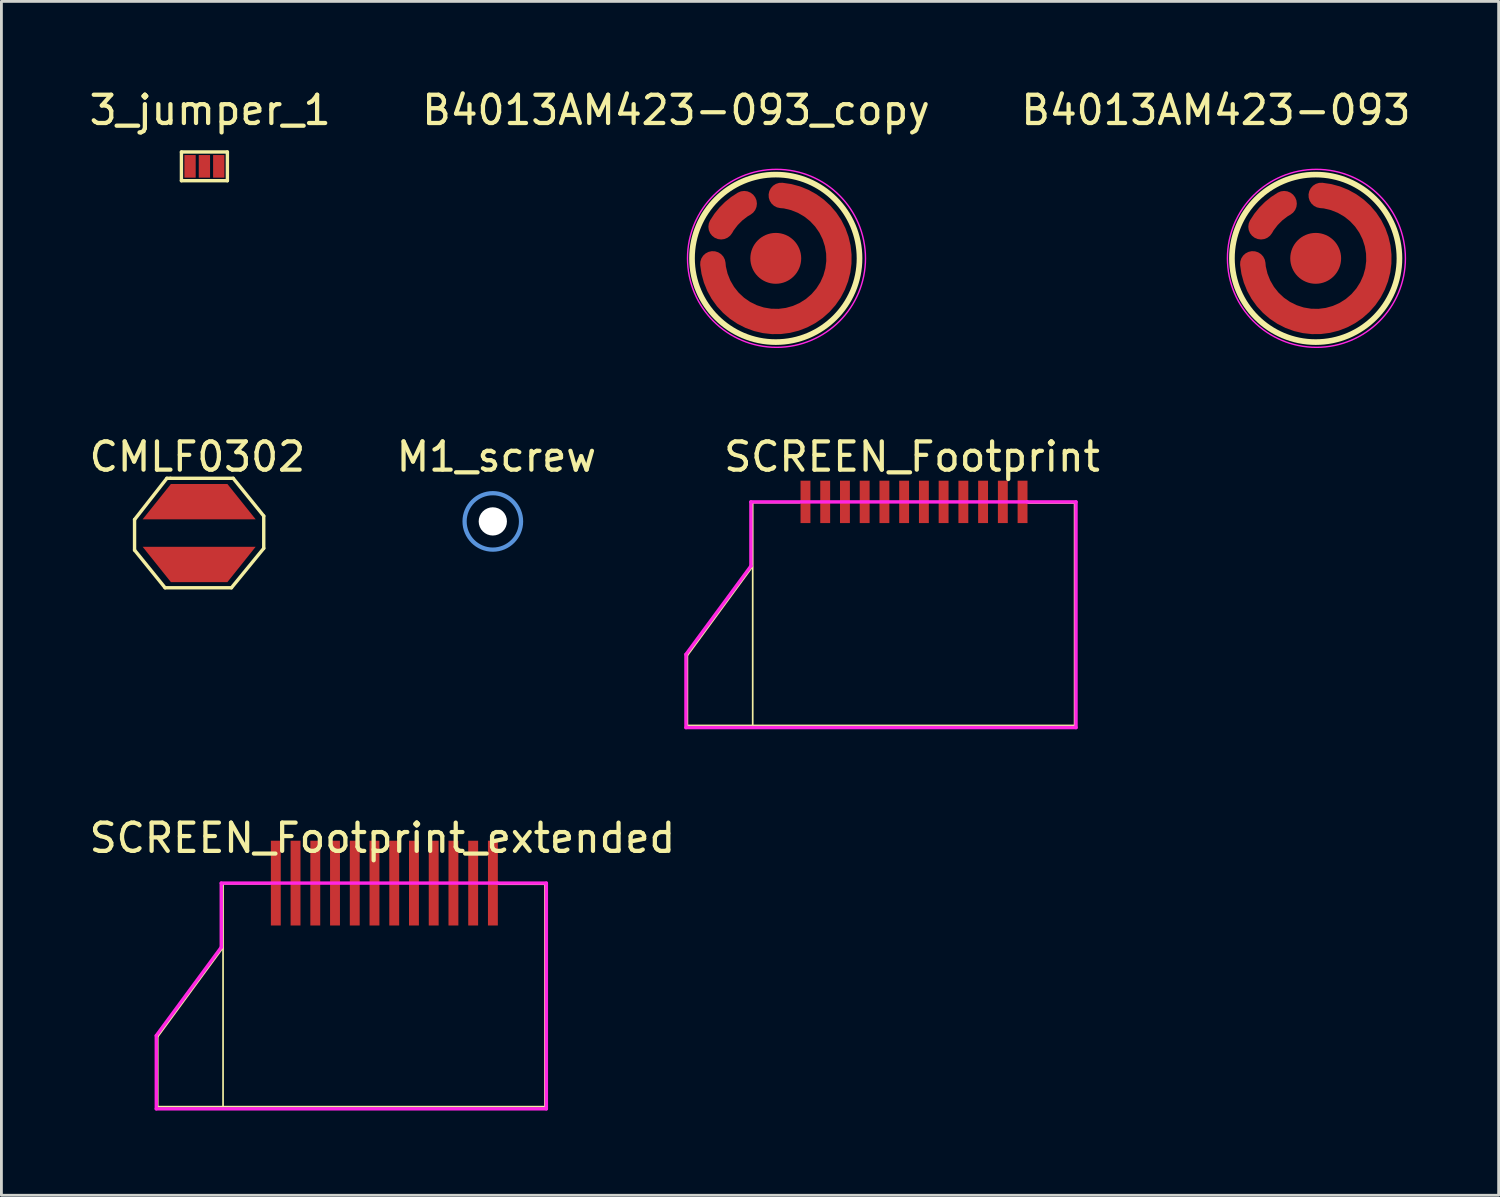
<source format=kicad_pcb>
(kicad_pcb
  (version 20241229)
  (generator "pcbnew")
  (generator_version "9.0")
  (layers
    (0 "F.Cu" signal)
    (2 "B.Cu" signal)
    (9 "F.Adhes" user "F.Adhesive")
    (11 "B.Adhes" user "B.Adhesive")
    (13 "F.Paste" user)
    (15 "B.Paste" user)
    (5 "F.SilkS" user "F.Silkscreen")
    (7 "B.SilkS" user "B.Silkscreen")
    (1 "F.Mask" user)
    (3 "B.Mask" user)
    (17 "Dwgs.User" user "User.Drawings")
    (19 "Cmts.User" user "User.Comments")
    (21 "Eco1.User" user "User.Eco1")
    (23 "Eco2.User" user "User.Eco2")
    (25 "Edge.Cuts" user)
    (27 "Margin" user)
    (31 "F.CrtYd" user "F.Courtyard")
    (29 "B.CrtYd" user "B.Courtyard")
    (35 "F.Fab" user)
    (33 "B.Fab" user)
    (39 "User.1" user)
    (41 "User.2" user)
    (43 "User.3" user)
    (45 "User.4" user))
  (footprint "SCREEN_Footprint_extended"
    (layer "F.Cu")
    (at 10.165 31.493)
    (property "Reference" "SCREEN_Footprint_extended" (at 0.318 -4.885 0) (layer "F.SilkS") (effects (font (size 1 1) (thickness 0.15))))
    (attr through_hole)
    (fp_line (start -7.633 2.146) (end -7.633 4.623) (stroke (width 0.06) (type solid)) (layer "F.SilkS"))
    (fp_line (start -5.334 -0.991) (end -7.633 2.146) (stroke (width 0.06) (type solid)) (layer "F.SilkS"))
    (fp_line (start -5.334 -0.991) (end -5.334 -3.264) (stroke (width 0.02) (type solid)) (layer "F.SilkS"))
    (fp_line (start -5.321 -3.264) (end -5.321 4.61) (stroke (width 0.06) (type solid)) (layer "F.SilkS"))
    (fp_line (start -3.658 -3.264) (end -5.321 -3.264) (stroke (width 0.06) (type solid)) (layer "F.SilkS"))
    (fp_line (start 6.071 -3.251) (end 4.432 -3.251) (stroke (width 0.06) (type solid)) (layer "F.SilkS"))
    (fp_line (start 6.071 -3.251) (end 6.071 4.623) (stroke (width 0.06) (type solid)) (layer "F.SilkS"))
    (fp_line (start 6.071 4.623) (end -7.633 4.623) (stroke (width 0.06) (type solid)) (layer "F.SilkS"))
    (fp_line (start -7.684 2.108) (end -5.385 -1.016) (stroke (width 0.12) (type solid)) (layer "F.CrtYd"))
    (fp_line (start -7.684 4.699) (end -7.684 2.108) (stroke (width 0.12) (type solid)) (layer "F.CrtYd"))
    (fp_line (start -5.385 -1.016) (end -5.385 -3.289) (stroke (width 0.12) (type solid)) (layer "F.CrtYd"))
    (fp_line (start 4.394 -3.289) (end -5.385 -3.289) (stroke (width 0.12) (type solid)) (layer "F.CrtYd"))
    (fp_line (start 4.394 -3.289) (end 6.121 -3.289) (stroke (width 0.12) (type solid)) (layer "F.CrtYd"))
    (fp_line (start 6.121 -3.289) (end 6.121 4.699) (stroke (width 0.12) (type solid)) (layer "F.CrtYd"))
    (fp_line (start 6.121 4.699) (end -7.684 4.699) (stroke (width 0.12) (type solid)) (layer "F.CrtYd"))
    (pad "1" connect rect (at -3.454 -3.289) (size 0.35 3) (layers "F.Cu" "F.Mask"))
    (pad "2" connect rect (at -2.756 -3.289) (size 0.35 3) (layers "F.Cu" "F.Mask"))
    (pad "3" connect rect (at -2.057 -3.289) (size 0.35 3) (layers "F.Cu" "F.Mask"))
    (pad "4" connect rect (at -1.359 -3.289) (size 0.35 3) (layers "F.Cu" "F.Mask"))
    (pad "5" connect rect (at -0.66 -3.289) (size 0.35 3) (layers "F.Cu" "F.Mask"))
    (pad "6" connect rect (at 0.038 -3.289) (size 0.35 3) (layers "F.Cu" "F.Mask"))
    (pad "7" connect rect (at 0.737 -3.289) (size 0.35 3) (layers "F.Cu" "F.Mask"))
    (pad "8" connect rect (at 1.435 -3.289) (size 0.35 3) (layers "F.Cu" "F.Mask"))
    (pad "9" connect rect (at 2.134 -3.289) (size 0.35 3) (layers "F.Cu" "F.Mask"))
    (pad "10" connect rect (at 2.832 -3.289) (size 0.35 3) (layers "F.Cu" "F.Mask"))
    (pad "11" connect rect (at 3.531 -3.289) (size 0.35 3) (layers "F.Cu" "F.Mask"))
    (pad "12" connect rect (at 4.229 -3.289) (size 0.35 3) (layers "F.Cu" "F.Mask")))
  (footprint "B4013AM423-093_copy"
    (layer "F.Cu")
    (at 21.408 6.093)
    (property "Reference" "B4013AM423-093_copy" (at -0.533 -5.245 0) (layer "F.SilkS") (effects (font (size 1 1) (thickness 0.15))))
    (attr through_hole)
    (fp_circle (center 2.997 0) (end 5.961 0) (stroke (width 0.2) (type solid)) (fill no) (layer "F.SilkS"))
    (fp_circle (center 3.023 0) (end 6.172 -0.025) (stroke (width 0.05) (type solid)) (fill no) (layer "F.CrtYd"))
    (pad "1" smd custom (at 3.023 2.235) (size 0.5 0.5) (layers "F.Cu" "F.Mask" "F.Paste") (options (anchor rect)) (primitives (gr_arc (start 0.169411 -4.461894) (mid 1.555124 -0.654675) (end -2.252094 -2.04039) (width 0.9))))
    (pad "2" smd circle (at 2.997 0) (size 1.8 1.8) (layers "F.Cu" "F.Mask" "F.Paste"))
    (pad "nc" smd custom (at 1.448 -1.6) (size 0.5 0.5) (layers "F.Cu" "F.Mask" "F.Paste") (options (anchor rect)) (primitives (gr_arc (start -0.386339 0.482599) (mid -0.031124 0.019674) (end 0.431801 -0.33554) (width 0.9)))))
  (footprint "CMLF0302"
    (layer "F.Cu")
    (at 3.998 16.291)
    (property "Reference" "CMLF0302" (at -0.064 -3.175 0) (layer "F.SilkS") (effects (font (size 1 1) (thickness 0.15))))
    (attr through_hole)
    (fp_line (start -2.286 -0.953) (end -2.286 0.127) (stroke (width 0.12) (type solid)) (layer "F.SilkS"))
    (fp_line (start -2.286 0.127) (end -1.206 1.46) (stroke (width 0.12) (type solid)) (layer "F.SilkS"))
    (fp_line (start -1.206 1.46) (end 1.143 1.46) (stroke (width 0.12) (type solid)) (layer "F.SilkS"))
    (fp_line (start -1.143 -2.413) (end -2.286 -0.953) (stroke (width 0.12) (type solid)) (layer "F.SilkS"))
    (fp_line (start -1.016 -2.413) (end -1.143 -2.413) (stroke (width 0.12) (type solid)) (layer "F.SilkS"))
    (fp_line (start 1.143 1.46) (end 2.286 0.064) (stroke (width 0.12) (type solid)) (layer "F.SilkS"))
    (fp_line (start 1.206 -2.413) (end -1.016 -2.413) (stroke (width 0.12) (type solid)) (layer "F.SilkS"))
    (fp_line (start 2.286 -1.079) (end 1.206 -2.413) (stroke (width 0.12) (type solid)) (layer "F.SilkS"))
    (fp_line (start 2.286 0.064) (end 2.286 -1.079) (stroke (width 0.12) (type solid)) (layer "F.SilkS"))
    (pad "1" smd trapezoid (at 0 -1.587) (size 3 1.25) (rect_delta 0 1) (layers "F.Cu" "F.Mask" "F.Paste"))
    (pad "2" smd trapezoid (at 0 0.635 180) (size 3 1.25) (rect_delta 0 1) (layers "F.Cu" "F.Mask" "F.Paste")))
  (footprint "B4013AM423-093"
    (layer "F.Cu")
    (at 40.516 6.093)
    (property "Reference" "B4013AM423-093" (at -0.533 -5.245 0) (layer "F.SilkS") (effects (font (size 1 1) (thickness 0.15))))
    (attr through_hole)
    (fp_circle (center 2.997 0) (end 5.961 0) (stroke (width 0.2) (type solid)) (fill no) (layer "F.SilkS"))
    (fp_circle (center 3.023 0) (end 6.172 -0.025) (stroke (width 0.05) (type solid)) (fill no) (layer "F.CrtYd"))
    (pad "1" smd custom (at 3.023 2.235) (size 0.5 0.5) (layers "F.Cu" "F.Mask" "F.Paste") (options (anchor rect)) (primitives (gr_arc (start 0.169411 -4.461894) (mid 1.555124 -0.654675) (end -2.252094 -2.04039) (width 0.9))))
    (pad "2" smd circle (at 2.997 0) (size 1.8 1.8) (layers "F.Cu" "F.Mask" "F.Paste"))
    (pad "nc" smd custom (at 1.448 -1.6) (size 0.5 0.5) (layers "F.Cu" "F.Mask" "F.Paste") (options (anchor rect)) (primitives (gr_arc (start -0.386339 0.482599) (mid -0.031124 0.019674) (end 0.431801 -0.33554) (width 0.9)))))
  (footprint "3_jumper_1"
    (layer "F.Cu")
    (at 4.387 0.348)
    (property "Reference" "3_jumper_1" (at 0 0.5 0) (layer "F.SilkS") (effects (font (size 1 1) (thickness 0.15))))
    (attr through_hole)
    (fp_line (start -1.016 1.981) (end 0.61 1.981) (stroke (width 0.12) (type solid)) (layer "F.SilkS"))
    (fp_line (start -1.016 2.997) (end -1.016 1.981) (stroke (width 0.12) (type solid)) (layer "F.SilkS"))
    (fp_line (start 0.61 1.981) (end 0.61 2.997) (stroke (width 0.12) (type solid)) (layer "F.SilkS"))
    (fp_line (start 0.61 2.997) (end -1.016 2.997) (stroke (width 0.12) (type solid)) (layer "F.SilkS"))
    (pad "1" smd rect (at -0.711 2.489) (size 0.4 0.8) (layers "F.Cu" "F.Mask" "F.Paste"))
    (pad "2" smd rect (at -0.203 2.489) (size 0.4 0.8) (layers "F.Cu" "F.Mask" "F.Paste"))
    (pad "3" smd rect (at 0.305 2.489) (size 0.4 0.8) (layers "F.Cu" "F.Mask" "F.Paste")))
  (footprint "SCREEN_Footprint"
    (layer "F.Cu")
    (at 28.91 18.001)
    (property "Reference" "SCREEN_Footprint" (at 0.318 -4.885 0) (layer "F.SilkS") (effects (font (size 1 1) (thickness 0.15))))
    (attr through_hole)
    (fp_line (start -7.633 2.146) (end -7.633 4.623) (stroke (width 0.06) (type solid)) (layer "F.SilkS"))
    (fp_line (start -5.334 -0.991) (end -7.633 2.146) (stroke (width 0.06) (type solid)) (layer "F.SilkS"))
    (fp_line (start -5.334 -0.991) (end -5.334 -3.264) (stroke (width 0.02) (type solid)) (layer "F.SilkS"))
    (fp_line (start -5.321 -3.264) (end -5.321 4.61) (stroke (width 0.06) (type solid)) (layer "F.SilkS"))
    (fp_line (start -3.658 -3.264) (end -5.321 -3.264) (stroke (width 0.06) (type solid)) (layer "F.SilkS"))
    (fp_line (start 6.071 -3.251) (end 4.432 -3.251) (stroke (width 0.06) (type solid)) (layer "F.SilkS"))
    (fp_line (start 6.071 -3.251) (end 6.071 4.623) (stroke (width 0.06) (type solid)) (layer "F.SilkS"))
    (fp_line (start 6.071 4.623) (end -7.633 4.623) (stroke (width 0.06) (type solid)) (layer "F.SilkS"))
    (fp_line (start -7.684 2.108) (end -5.385 -1.016) (stroke (width 0.12) (type solid)) (layer "F.CrtYd"))
    (fp_line (start -7.684 4.699) (end -7.684 2.108) (stroke (width 0.12) (type solid)) (layer "F.CrtYd"))
    (fp_line (start -5.385 -1.016) (end -5.385 -3.289) (stroke (width 0.12) (type solid)) (layer "F.CrtYd"))
    (fp_line (start 4.394 -3.289) (end -5.385 -3.289) (stroke (width 0.12) (type solid)) (layer "F.CrtYd"))
    (fp_line (start 4.394 -3.289) (end 6.121 -3.289) (stroke (width 0.12) (type solid)) (layer "F.CrtYd"))
    (fp_line (start 6.121 -3.289) (end 6.121 4.699) (stroke (width 0.12) (type solid)) (layer "F.CrtYd"))
    (fp_line (start 6.121 4.699) (end -7.684 4.699) (stroke (width 0.12) (type solid)) (layer "F.CrtYd"))
    (pad "1" connect rect (at -3.454 -3.289) (size 0.35 1.5) (layers "F.Cu" "F.Mask"))
    (pad "2" connect rect (at -2.756 -3.289) (size 0.35 1.5) (layers "F.Cu" "F.Mask"))
    (pad "3" connect rect (at -2.057 -3.289) (size 0.35 1.5) (layers "F.Cu" "F.Mask"))
    (pad "4" connect rect (at -1.359 -3.289) (size 0.35 1.5) (layers "F.Cu" "F.Mask"))
    (pad "5" connect rect (at -0.66 -3.289) (size 0.35 1.5) (layers "F.Cu" "F.Mask"))
    (pad "6" connect rect (at 0.038 -3.289) (size 0.35 1.5) (layers "F.Cu" "F.Mask"))
    (pad "7" connect rect (at 0.737 -3.289) (size 0.35 1.5) (layers "F.Cu" "F.Mask"))
    (pad "8" connect rect (at 1.435 -3.289) (size 0.35 1.5) (layers "F.Cu" "F.Mask"))
    (pad "9" connect rect (at 2.134 -3.289) (size 0.35 1.5) (layers "F.Cu" "F.Mask"))
    (pad "10" connect rect (at 2.832 -3.289) (size 0.35 1.5) (layers "F.Cu" "F.Mask"))
    (pad "11" connect rect (at 3.531 -3.289) (size 0.35 1.5) (layers "F.Cu" "F.Mask"))
    (pad "12" connect rect (at 4.229 -3.289) (size 0.35 1.5) (layers "F.Cu" "F.Mask")))
  (footprint "M1_screw"
    (layer "F.Cu")
    (at 14.327 15.339)
    (property "Reference" "M1_screw" (at 0.191 -2.223 0) (layer "F.SilkS") (effects (font (size 1 1) (thickness 0.15))))
    (attr through_hole)
    (fp_circle (center 0.064 0.064) (end 1.063 0.064) (stroke (width 0.15) (type solid)) (fill no) (layer "Cmts.User"))
    (fp_circle (center 0.064 0.064) (end 1.063 0.064) (stroke (width 0.05) (type solid)) (fill no) (layer "F.CrtYd"))
    (pad "" np_thru_hole circle (at 0.064 0.064) (size 1 1) (drill 1) (layers "*.Cu" "*.Mask")))
  (gr_rect
    (start -3 -3)
    (end 49.988 39.252)
    (stroke (width 0.1) (type default))
    (fill no)
    (layer "Edge.Cuts")))
</source>
